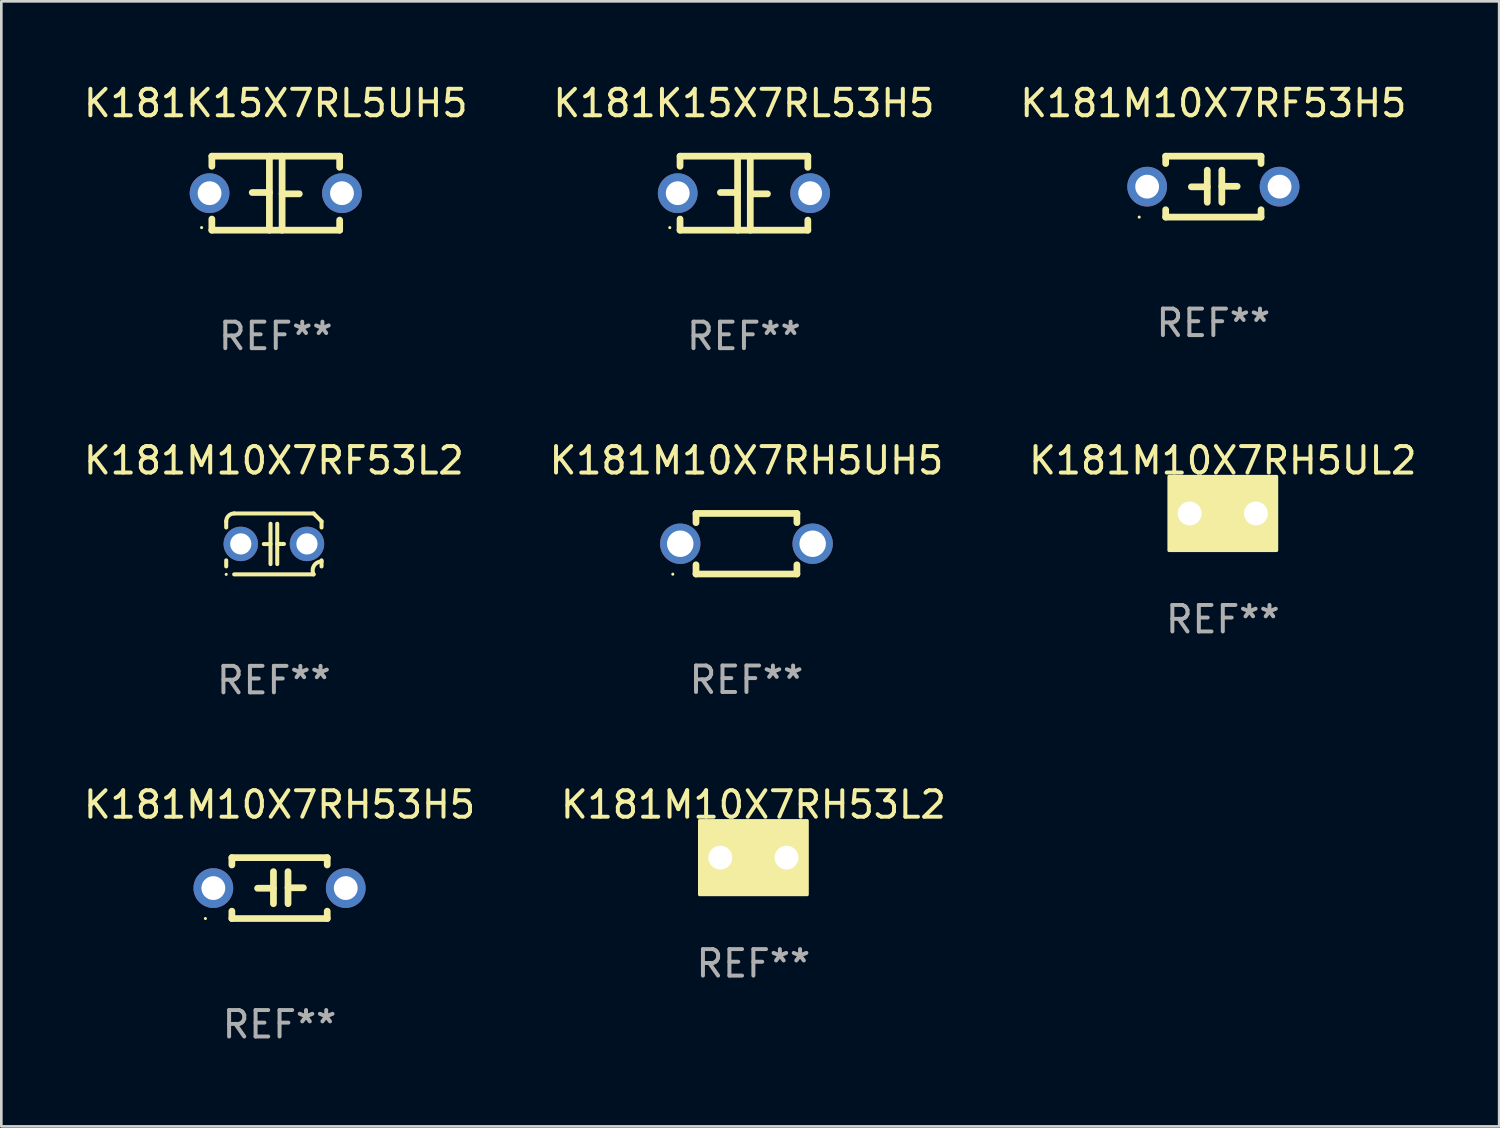
<source format=kicad_pcb>
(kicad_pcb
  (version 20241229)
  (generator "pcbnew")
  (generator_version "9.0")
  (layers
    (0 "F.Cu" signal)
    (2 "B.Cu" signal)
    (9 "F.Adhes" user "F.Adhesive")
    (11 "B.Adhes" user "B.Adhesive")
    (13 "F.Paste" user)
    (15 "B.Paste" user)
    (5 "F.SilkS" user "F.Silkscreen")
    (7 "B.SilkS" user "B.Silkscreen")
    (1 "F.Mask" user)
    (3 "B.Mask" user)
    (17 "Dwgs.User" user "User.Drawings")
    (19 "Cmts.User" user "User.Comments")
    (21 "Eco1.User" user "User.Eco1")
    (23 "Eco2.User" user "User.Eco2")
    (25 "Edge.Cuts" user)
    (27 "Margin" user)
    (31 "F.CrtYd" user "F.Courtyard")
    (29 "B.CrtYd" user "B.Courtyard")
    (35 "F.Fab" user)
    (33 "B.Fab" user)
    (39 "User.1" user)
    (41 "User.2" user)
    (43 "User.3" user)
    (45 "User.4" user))
  (footprint "K181M10X7RH53H5"
    (layer "F.Cu")
    (at 7.506 30.485)
    (property "Reference" "K181M10X7RH53H5" (at 0 -3.15 0) (layer "F.SilkS") (effects (font (size 1 1) (thickness 0.15))))
    (attr through_hole)
    (fp_line (start -1.8 -1.15) (end -1.8 -0.872) (stroke (width 0.254) (type solid)) (layer "F.SilkS"))
    (fp_line (start -1.8 -1.15) (end 1.8 -1.15) (stroke (width 0.254) (type solid)) (layer "F.SilkS"))
    (fp_line (start -1.8 0.872) (end -1.8 1.15) (stroke (width 0.254) (type solid)) (layer "F.SilkS"))
    (fp_line (start -1.8 1.15) (end 1.8 1.15) (stroke (width 0.254) (type solid)) (layer "F.SilkS"))
    (fp_line (start -0.23 -0.62) (end -0.23 0.59) (stroke (width 0.254) (type solid)) (layer "F.SilkS"))
    (fp_line (start -0.23 0.007) (end -0.83 0.007) (stroke (width 0.254) (type solid)) (layer "F.SilkS"))
    (fp_line (start 0.32 -0.62) (end 0.32 0.59) (stroke (width 0.254) (type solid)) (layer "F.SilkS"))
    (fp_line (start 0.32 -0.012) (end 0.9 -0.012) (stroke (width 0.254) (type solid)) (layer "F.SilkS"))
    (fp_line (start 1.8 -1.15) (end 1.8 -0.872) (stroke (width 0.254) (type solid)) (layer "F.SilkS"))
    (fp_line (start 1.8 0.872) (end 1.8 1.15) (stroke (width 0.254) (type solid)) (layer "F.SilkS"))
    (fp_circle (center -2.8 1.15) (end -2.77 1.15) (stroke (width 0.06) (type solid)) (fill no) (layer "F.SilkS"))
    (fp_text user "REF**" (at 0 5.15 0) (layer "F.Fab") (effects (font (size 1 1) (thickness 0.15))))
    (pad "1" thru_hole circle (at -2.5 0) (size 1.5 1.5) (drill 0.9) (layers "*.Cu" "*.Mask"))
    (pad "2" thru_hole circle (at 2.5 0) (size 1.5 1.5) (drill 0.9) (layers "*.Cu" "*.Mask")))
  (footprint "K181M10X7RF53L2"
    (layer "F.Cu")
    (at 7.292 17.489)
    (property "Reference" "K181M10X7RF53L2" (at 0 -3.15 0) (layer "F.SilkS") (effects (font (size 1 1) (thickness 0.15))))
    (attr through_hole)
    (fp_line (start -1.8 -0.621) (end -1.8 -0.85) (stroke (width 0.152) (type solid)) (layer "F.SilkS"))
    (fp_line (start -1.8 0.85) (end -1.8 0.621) (stroke (width 0.152) (type solid)) (layer "F.SilkS"))
    (fp_line (start -1.5 -1.15) (end 1.5 -1.15) (stroke (width 0.152) (type solid)) (layer "F.SilkS"))
    (fp_line (start -0.127 -0.762) (end -0.127 0.762) (stroke (width 0.152) (type solid)) (layer "F.SilkS"))
    (fp_line (start -0.127 0.005) (end -0.381 0.005) (stroke (width 0.152) (type solid)) (layer "F.SilkS"))
    (fp_line (start 0.127 -0.762) (end 0.127 0.762) (stroke (width 0.152) (type solid)) (layer "F.SilkS"))
    (fp_line (start 0.127 0.002) (end 0.381 0.002) (stroke (width 0.152) (type solid)) (layer "F.SilkS"))
    (fp_line (start 1.5 1.15) (end -1.5 1.15) (stroke (width 0.152) (type solid)) (layer "F.SilkS"))
    (fp_line (start 1.8 -0.85) (end 1.8 -0.621) (stroke (width 0.152) (type solid)) (layer "F.SilkS"))
    (fp_line (start 1.8 0.621) (end 1.8 0.85) (stroke (width 0.152) (type solid)) (layer "F.SilkS"))
    (fp_arc (start -1.799975 -0.849987) (mid -1.712107 -1.062119) (end -1.499975 -1.149987) (stroke (width 0.151994) (type solid)) (layer "F.SilkS"))
    (fp_arc (start 1.499975 1.149987) (mid 1.513726 0.822359) (end 1.799975 0.662387) (stroke (width 0.151994) (type solid)) (layer "F.SilkS"))
    (fp_arc (start 1.500001 -1.149986) (mid 1.650015 -1.000001) (end 1.8 -0.849987) (stroke (width 0.151994) (type solid)) (layer "F.SilkS"))
    (fp_circle (center -1.8 1.15) (end -1.77 1.15) (stroke (width 0.06) (type solid)) (fill no) (layer "F.SilkS"))
    (fp_text user "REF**" (at 0 5.15 0) (layer "F.Fab") (effects (font (size 1 1) (thickness 0.15))))
    (pad "1" thru_hole circle (at -1.25 0) (size 1.3 1.3) (drill 0.8) (layers "*.Cu" "*.Mask"))
    (pad "2" thru_hole circle (at 1.25 0) (size 1.3 1.3) (drill 0.8) (layers "*.Cu" "*.Mask")))
  (footprint "K181M10X7RH5UH5"
    (layer "F.Cu")
    (at 25.137 17.482)
    (property "Reference" "K181M10X7RH5UH5" (at 0 -3.143 0) (layer "F.SilkS") (effects (font (size 1 1) (thickness 0.15))))
    (attr through_hole)
    (fp_line (start -1.905 -1.143) (end 1.905 -1.143) (stroke (width 0.254) (type solid)) (layer "F.SilkS"))
    (fp_line (start -1.905 -0.795) (end -1.905 -1.143) (stroke (width 0.254) (type solid)) (layer "F.SilkS"))
    (fp_line (start -1.905 1.143) (end -1.905 0.795) (stroke (width 0.254) (type solid)) (layer "F.SilkS"))
    (fp_line (start 1.905 -1.143) (end 1.905 -0.795) (stroke (width 0.254) (type solid)) (layer "F.SilkS"))
    (fp_line (start 1.905 0.795) (end 1.905 1.143) (stroke (width 0.254) (type solid)) (layer "F.SilkS"))
    (fp_line (start 1.905 1.143) (end -1.905 1.143) (stroke (width 0.254) (type solid)) (layer "F.SilkS"))
    (fp_circle (center -2.781 1.15) (end -2.751 1.15) (stroke (width 0.06) (type solid)) (fill no) (layer "F.SilkS"))
    (fp_text user "REF**" (at 0 5.143 0) (layer "F.Fab") (effects (font (size 1 1) (thickness 0.15))))
    (pad "1" thru_hole circle (at -2.5 0) (size 1.524 1.524) (drill 1) (layers "*.Cu" "*.Mask"))
    (pad "2" thru_hole circle (at 2.5 0) (size 1.524 1.524) (drill 1) (layers "*.Cu" "*.Mask")))
  (footprint "K181M10X7RH5UL2"
    (layer "F.Cu")
    (at 43.125 16.339)
    (property "Reference" "K181M10X7RH5UL2" (at 0 -2 0) (layer "F.SilkS") (effects (font (size 1 1) (thickness 0.15))))
    (attr through_hole)
    (fp_circle (center -1.8 1.15) (end -1.77 1.15) (stroke (width 0.06) (type solid)) (fill no) (layer "F.SilkS"))
    (fp_poly (pts (xy -2.032 -1.397) (xy 2.032 -1.397) (xy 2.032 1.397) (xy -2.032 1.397)) (stroke (width 0.12) (type solid)) (fill yes) (layer "F.SilkS"))
    (fp_text user "REF**" (at 0 4 0) (layer "F.Fab") (effects (font (size 1 1) (thickness 0.15))))
    (pad "1" thru_hole circle (at -1.25 0) (size 1.5 1.5) (drill 0.9) (layers "*.Cu" "*.Mask"))
    (pad "2" thru_hole circle (at 1.25 0) (size 1.5 1.5) (drill 0.9) (layers "*.Cu" "*.Mask")))
  (footprint "K181M10X7RF53H5"
    (layer "F.Cu")
    (at 42.768 3.998)
    (property "Reference" "K181M10X7RF53H5" (at 0 -3.15 0) (layer "F.SilkS") (effects (font (size 1 1) (thickness 0.15))))
    (attr through_hole)
    (fp_line (start -1.8 -1.15) (end -1.8 -0.872) (stroke (width 0.254) (type solid)) (layer "F.SilkS"))
    (fp_line (start -1.8 -1.15) (end 1.8 -1.15) (stroke (width 0.254) (type solid)) (layer "F.SilkS"))
    (fp_line (start -1.8 0.872) (end -1.8 1.15) (stroke (width 0.254) (type solid)) (layer "F.SilkS"))
    (fp_line (start -1.8 1.15) (end 1.8 1.15) (stroke (width 0.254) (type solid)) (layer "F.SilkS"))
    (fp_line (start -0.23 -0.62) (end -0.23 0.59) (stroke (width 0.254) (type solid)) (layer "F.SilkS"))
    (fp_line (start -0.23 0.007) (end -0.83 0.007) (stroke (width 0.254) (type solid)) (layer "F.SilkS"))
    (fp_line (start 0.32 -0.62) (end 0.32 0.59) (stroke (width 0.254) (type solid)) (layer "F.SilkS"))
    (fp_line (start 0.32 -0.012) (end 0.9 -0.012) (stroke (width 0.254) (type solid)) (layer "F.SilkS"))
    (fp_line (start 1.8 -1.15) (end 1.8 -0.872) (stroke (width 0.254) (type solid)) (layer "F.SilkS"))
    (fp_line (start 1.8 0.872) (end 1.8 1.15) (stroke (width 0.254) (type solid)) (layer "F.SilkS"))
    (fp_circle (center -2.8 1.15) (end -2.77 1.15) (stroke (width 0.06) (type solid)) (fill no) (layer "F.SilkS"))
    (fp_text user "REF**" (at 0 5.15 0) (layer "F.Fab") (effects (font (size 1 1) (thickness 0.15))))
    (pad "1" thru_hole circle (at -2.5 0) (size 1.5 1.5) (drill 0.9) (layers "*.Cu" "*.Mask"))
    (pad "2" thru_hole circle (at 2.5 0) (size 1.5 1.5) (drill 0.9) (layers "*.Cu" "*.Mask")))
  (footprint "K181K15X7RL53H5"
    (layer "F.Cu")
    (at 25.042 4.245)
    (property "Reference" "K181K15X7RL53H5" (at 0 -3.397 0) (layer "F.SilkS") (effects (font (size 1 1) (thickness 0.15))))
    (attr through_hole)
    (fp_line (start -2.413 -1.397) (end 2.413 -1.397) (stroke (width 0.254) (type solid)) (layer "F.SilkS"))
    (fp_line (start -2.413 -1.016) (end -2.413 -1.397) (stroke (width 0.254) (type solid)) (layer "F.SilkS"))
    (fp_line (start -2.413 0.977) (end -2.413 1.397) (stroke (width 0.254) (type solid)) (layer "F.SilkS"))
    (fp_line (start -0.24 -0.025) (end -0.889 -0.025) (stroke (width 0.254) (type solid)) (layer "F.SilkS"))
    (fp_line (start -0.24 1.397) (end -0.24 -1.397) (stroke (width 0.254) (type solid)) (layer "F.SilkS"))
    (fp_line (start 0.24 -1.397) (end 0.24 1.397) (stroke (width 0.254) (type solid)) (layer "F.SilkS"))
    (fp_line (start 0.24 0.025) (end 0.889 0.025) (stroke (width 0.254) (type solid)) (layer "F.SilkS"))
    (fp_line (start 2.413 -0.977) (end 2.413 -1.397) (stroke (width 0.254) (type solid)) (layer "F.SilkS"))
    (fp_line (start 2.413 1.016) (end 2.413 1.397) (stroke (width 0.254) (type solid)) (layer "F.SilkS"))
    (fp_line (start 2.413 1.397) (end -2.413 1.397) (stroke (width 0.254) (type solid)) (layer "F.SilkS"))
    (fp_circle (center -2.8 1.3) (end -2.77 1.3) (stroke (width 0.06) (type solid)) (fill no) (layer "F.SilkS"))
    (fp_text user "REF**" (at 0 5.397 0) (layer "F.Fab") (effects (font (size 1 1) (thickness 0.15))))
    (pad "1" thru_hole circle (at -2.5 0) (size 1.5 1.5) (drill 0.9) (layers "*.Cu" "*.Mask"))
    (pad "2" thru_hole circle (at 2.5 0) (size 1.5 1.5) (drill 0.9) (layers "*.Cu" "*.Mask")))
  (footprint "K181M10X7RH53L2"
    (layer "F.Cu")
    (at 25.399 29.335)
    (property "Reference" "K181M10X7RH53L2" (at 0 -2 0) (layer "F.SilkS") (effects (font (size 1 1) (thickness 0.15))))
    (attr through_hole)
    (fp_circle (center -1.8 1.15) (end -1.77 1.15) (stroke (width 0.06) (type solid)) (fill no) (layer "F.SilkS"))
    (fp_poly (pts (xy -2.032 -1.397) (xy 2.032 -1.397) (xy 2.032 1.397) (xy -2.032 1.397)) (stroke (width 0.12) (type solid)) (fill yes) (layer "F.SilkS"))
    (fp_text user "REF**" (at 0 4 0) (layer "F.Fab") (effects (font (size 1 1) (thickness 0.15))))
    (pad "1" thru_hole circle (at -1.25 0) (size 1.5 1.5) (drill 0.9) (layers "*.Cu" "*.Mask"))
    (pad "2" thru_hole circle (at 1.25 0) (size 1.5 1.5) (drill 0.9) (layers "*.Cu" "*.Mask")))
  (footprint "K181K15X7RL5UH5"
    (layer "F.Cu")
    (at 7.363 4.245)
    (property "Reference" "K181K15X7RL5UH5" (at 0 -3.397 0) (layer "F.SilkS") (effects (font (size 1 1) (thickness 0.15))))
    (attr through_hole)
    (fp_line (start -2.413 -1.397) (end 2.413 -1.397) (stroke (width 0.254) (type solid)) (layer "F.SilkS"))
    (fp_line (start -2.413 -1.016) (end -2.413 -1.397) (stroke (width 0.254) (type solid)) (layer "F.SilkS"))
    (fp_line (start -2.413 0.977) (end -2.413 1.397) (stroke (width 0.254) (type solid)) (layer "F.SilkS"))
    (fp_line (start -0.24 -0.025) (end -0.889 -0.025) (stroke (width 0.254) (type solid)) (layer "F.SilkS"))
    (fp_line (start -0.24 1.397) (end -0.24 -1.397) (stroke (width 0.254) (type solid)) (layer "F.SilkS"))
    (fp_line (start 0.24 -1.397) (end 0.24 1.397) (stroke (width 0.254) (type solid)) (layer "F.SilkS"))
    (fp_line (start 0.24 0.025) (end 0.889 0.025) (stroke (width 0.254) (type solid)) (layer "F.SilkS"))
    (fp_line (start 2.413 -0.977) (end 2.413 -1.397) (stroke (width 0.254) (type solid)) (layer "F.SilkS"))
    (fp_line (start 2.413 1.016) (end 2.413 1.397) (stroke (width 0.254) (type solid)) (layer "F.SilkS"))
    (fp_line (start 2.413 1.397) (end -2.413 1.397) (stroke (width 0.254) (type solid)) (layer "F.SilkS"))
    (fp_circle (center -2.8 1.3) (end -2.77 1.3) (stroke (width 0.06) (type solid)) (fill no) (layer "F.SilkS"))
    (fp_text user "REF**" (at 0 5.397 0) (layer "F.Fab") (effects (font (size 1 1) (thickness 0.15))))
    (pad "1" thru_hole circle (at -2.5 0) (size 1.5 1.5) (drill 0.9) (layers "*.Cu" "*.Mask"))
    (pad "2" thru_hole circle (at 2.5 0) (size 1.5 1.5) (drill 0.9) (layers "*.Cu" "*.Mask")))
  (gr_rect
    (start -3 -3)
    (end 53.56 39.484)
    (stroke (width 0.1) (type default))
    (fill no)
    (layer "Edge.Cuts")))
</source>
